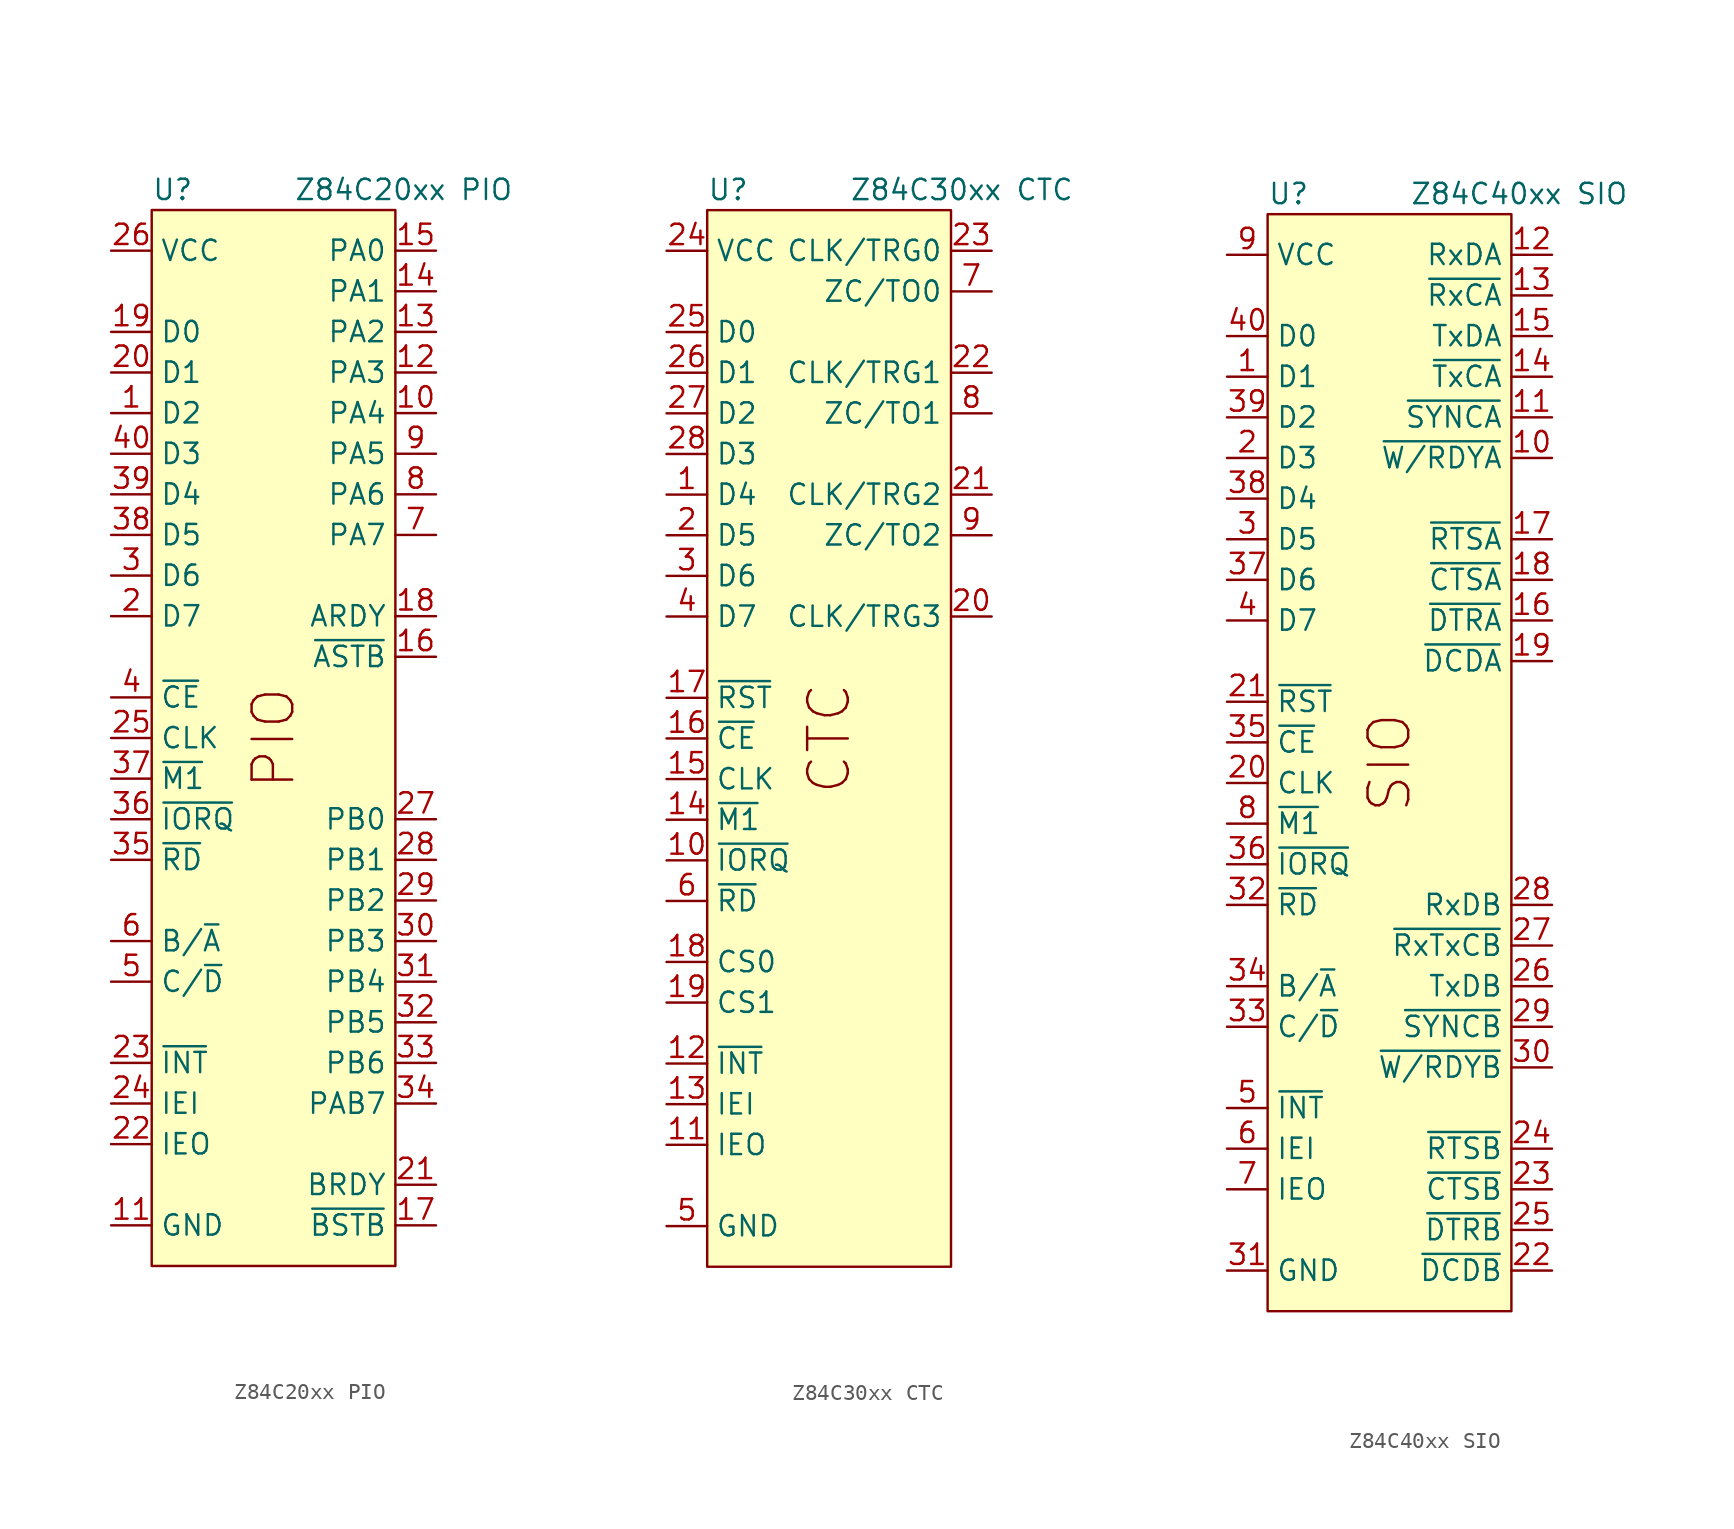
<source format=kicad_sym>
(kicad_symbol_lib
  (version 20211014)
  (generator kicad_symbol_editor)
  (symbol "Z84C20xx PIO"
    (property "Reference" "U"
      (at -7.62 1.27 0)
      (effects (font (size 1.27 1.27)) (justify left)))
    (property "Value" "Z84C20xx PIO"
      (at 1.27 1.27 0)
      (effects (font (size 1.27 1.27)) (justify left)))
    (symbol "Z84C20xx PIO_0_0"
      (text "PIO" (at 0 -33.02 900) (effects (font (size 2.54 2.54)))))
    (symbol "Z84C20xx PIO_0_1"
      (rectangle (start -7.62 0) (end 7.62 -66.04) (stroke (width 0.152) (type default) (color 0 0 0 0)) (fill (type background))))
    (symbol "Z84C20xx PIO_1_1"
      (pin bidirectional line (at -10.16 -12.7 0) (length 2.54) (name "D2" (effects (font (size 1.27 1.27)))) (number "1" (effects (font (size 1.27 1.27)))))
      (pin bidirectional line (at 10.16 -12.7 180) (length 2.54) (name "PA4" (effects (font (size 1.27 1.27)))) (number "10" (effects (font (size 1.27 1.27)))))
      (pin power_in line (at -10.16 -63.5 0) (length 2.54) (name "GND" (effects (font (size 1.27 1.27)))) (number "11" (effects (font (size 1.27 1.27)))))
      (pin bidirectional line (at 10.16 -10.16 180) (length 2.54) (name "PA3" (effects (font (size 1.27 1.27)))) (number "12" (effects (font (size 1.27 1.27)))))
      (pin bidirectional line (at 10.16 -7.62 180) (length 2.54) (name "PA2" (effects (font (size 1.27 1.27)))) (number "13" (effects (font (size 1.27 1.27)))))
      (pin bidirectional line (at 10.16 -5.08 180) (length 2.54) (name "PA1" (effects (font (size 1.27 1.27)))) (number "14" (effects (font (size 1.27 1.27)))))
      (pin bidirectional line (at 10.16 -2.54 180) (length 2.54) (name "PA0" (effects (font (size 1.27 1.27)))) (number "15" (effects (font (size 1.27 1.27)))))
      (pin input line (at 10.16 -27.94 180) (length 2.54) (name "~{ASTB}" (effects (font (size 1.27 1.27)))) (number "16" (effects (font (size 1.27 1.27)))))
      (pin input line (at 10.16 -63.5 180) (length 2.54) (name "~{BSTB}" (effects (font (size 1.27 1.27)))) (number "17" (effects (font (size 1.27 1.27)))))
      (pin output line (at 10.16 -25.4 180) (length 2.54) (name "ARDY" (effects (font (size 1.27 1.27)))) (number "18" (effects (font (size 1.27 1.27)))))
      (pin bidirectional line (at -10.16 -7.62 0) (length 2.54) (name "D0" (effects (font (size 1.27 1.27)))) (number "19" (effects (font (size 1.27 1.27)))))
      (pin bidirectional line (at -10.16 -25.4 0) (length 2.54) (name "D7" (effects (font (size 1.27 1.27)))) (number "2" (effects (font (size 1.27 1.27)))))
      (pin bidirectional line (at -10.16 -10.16 0) (length 2.54) (name "D1" (effects (font (size 1.27 1.27)))) (number "20" (effects (font (size 1.27 1.27)))))
      (pin output line (at 10.16 -60.96 180) (length 2.54) (name "BRDY" (effects (font (size 1.27 1.27)))) (number "21" (effects (font (size 1.27 1.27)))))
      (pin output line (at -10.16 -58.42 0) (length 2.54) (name "IEO" (effects (font (size 1.27 1.27)))) (number "22" (effects (font (size 1.27 1.27)))))
      (pin open_collector line (at -10.16 -53.34 0) (length 2.54) (name "~{INT}" (effects (font (size 1.27 1.27)))) (number "23" (effects (font (size 1.27 1.27)))))
      (pin input line (at -10.16 -55.88 0) (length 2.54) (name "IEI" (effects (font (size 1.27 1.27)))) (number "24" (effects (font (size 1.27 1.27)))))
      (pin input line (at -10.16 -33.02 0) (length 2.54) (name "CLK" (effects (font (size 1.27 1.27)))) (number "25" (effects (font (size 1.27 1.27)))))
      (pin power_in line (at -10.16 -2.54 0) (length 2.54) (name "VCC" (effects (font (size 1.27 1.27)))) (number "26" (effects (font (size 1.27 1.27)))))
      (pin bidirectional line (at 10.16 -38.1 180) (length 2.54) (name "PB0" (effects (font (size 1.27 1.27)))) (number "27" (effects (font (size 1.27 1.27)))))
      (pin bidirectional line (at 10.16 -40.64 180) (length 2.54) (name "PB1" (effects (font (size 1.27 1.27)))) (number "28" (effects (font (size 1.27 1.27)))))
      (pin bidirectional line (at 10.16 -43.18 180) (length 2.54) (name "PB2" (effects (font (size 1.27 1.27)))) (number "29" (effects (font (size 1.27 1.27)))))
      (pin bidirectional line (at -10.16 -22.86 0) (length 2.54) (name "D6" (effects (font (size 1.27 1.27)))) (number "3" (effects (font (size 1.27 1.27)))))
      (pin bidirectional line (at 10.16 -45.72 180) (length 2.54) (name "PB3" (effects (font (size 1.27 1.27)))) (number "30" (effects (font (size 1.27 1.27)))))
      (pin bidirectional line (at 10.16 -48.26 180) (length 2.54) (name "PB4" (effects (font (size 1.27 1.27)))) (number "31" (effects (font (size 1.27 1.27)))))
      (pin bidirectional line (at 10.16 -50.8 180) (length 2.54) (name "PB5" (effects (font (size 1.27 1.27)))) (number "32" (effects (font (size 1.27 1.27)))))
      (pin bidirectional line (at 10.16 -53.34 180) (length 2.54) (name "PB6" (effects (font (size 1.27 1.27)))) (number "33" (effects (font (size 1.27 1.27)))))
      (pin bidirectional line (at 10.16 -55.88 180) (length 2.54) (name "PAB7" (effects (font (size 1.27 1.27)))) (number "34" (effects (font (size 1.27 1.27)))))
      (pin input line (at -10.16 -40.64 0) (length 2.54) (name "~{RD}" (effects (font (size 1.27 1.27)))) (number "35" (effects (font (size 1.27 1.27)))))
      (pin input line (at -10.16 -38.1 0) (length 2.54) (name "~{IORQ}" (effects (font (size 1.27 1.27)))) (number "36" (effects (font (size 1.27 1.27)))))
      (pin input line (at -10.16 -35.56 0) (length 2.54) (name "~{M1}" (effects (font (size 1.27 1.27)))) (number "37" (effects (font (size 1.27 1.27)))))
      (pin bidirectional line (at -10.16 -20.32 0) (length 2.54) (name "D5" (effects (font (size 1.27 1.27)))) (number "38" (effects (font (size 1.27 1.27)))))
      (pin bidirectional line (at -10.16 -17.78 0) (length 2.54) (name "D4" (effects (font (size 1.27 1.27)))) (number "39" (effects (font (size 1.27 1.27)))))
      (pin input line (at -10.16 -30.48 0) (length 2.54) (name "~{CE}" (effects (font (size 1.27 1.27)))) (number "4" (effects (font (size 1.27 1.27)))))
      (pin bidirectional line (at -10.16 -15.24 0) (length 2.54) (name "D3" (effects (font (size 1.27 1.27)))) (number "40" (effects (font (size 1.27 1.27)))))
      (pin input line (at -10.16 -48.26 0) (length 2.54) (name "C/~{D}" (effects (font (size 1.27 1.27)))) (number "5" (effects (font (size 1.27 1.27)))))
      (pin input line (at -10.16 -45.72 0) (length 2.54) (name "B/~{A}" (effects (font (size 1.27 1.27)))) (number "6" (effects (font (size 1.27 1.27)))))
      (pin bidirectional line (at 10.16 -20.32 180) (length 2.54) (name "PA7" (effects (font (size 1.27 1.27)))) (number "7" (effects (font (size 1.27 1.27)))))
      (pin bidirectional line (at 10.16 -17.78 180) (length 2.54) (name "PA6" (effects (font (size 1.27 1.27)))) (number "8" (effects (font (size 1.27 1.27)))))
      (pin bidirectional line (at 10.16 -15.24 180) (length 2.54) (name "PA5" (effects (font (size 1.27 1.27)))) (number "9" (effects (font (size 1.27 1.27)))))))
  (symbol "Z84C30xx CTC"
    (property "Reference" "U"
      (at -7.62 1.27 0)
      (effects (font (size 1.27 1.27)) (justify left)))
    (property "Value" "Z84C30xx CTC"
      (at 1.27 1.27 0)
      (effects (font (size 1.27 1.27)) (justify left)))
    (symbol "Z84C30xx CTC_0_0"
      (text "CTC" (at 0 -33.02 900) (effects (font (size 2.54 2.54)))))
    (symbol "Z84C30xx CTC_0_1"
      (rectangle (start -7.62 0) (end 7.62 -66.04) (stroke (width 0.152) (type default) (color 0 0 0 0)) (fill (type background))))
    (symbol "Z84C30xx CTC_1_1"
      (pin bidirectional line (at -10.16 -17.78 0) (length 2.54) (name "D4" (effects (font (size 1.27 1.27)))) (number "1" (effects (font (size 1.27 1.27)))))
      (pin input line (at -10.16 -40.64 0) (length 2.54) (name "~{IORQ}" (effects (font (size 1.27 1.27)))) (number "10" (effects (font (size 1.27 1.27)))))
      (pin output line (at -10.16 -58.42 0) (length 2.54) (name "IEO" (effects (font (size 1.27 1.27)))) (number "11" (effects (font (size 1.27 1.27)))))
      (pin open_collector line (at -10.16 -53.34 0) (length 2.54) (name "~{INT}" (effects (font (size 1.27 1.27)))) (number "12" (effects (font (size 1.27 1.27)))))
      (pin input line (at -10.16 -55.88 0) (length 2.54) (name "IEI" (effects (font (size 1.27 1.27)))) (number "13" (effects (font (size 1.27 1.27)))))
      (pin input line (at -10.16 -38.1 0) (length 2.54) (name "~{M1}" (effects (font (size 1.27 1.27)))) (number "14" (effects (font (size 1.27 1.27)))))
      (pin input line (at -10.16 -35.56 0) (length 2.54) (name "CLK" (effects (font (size 1.27 1.27)))) (number "15" (effects (font (size 1.27 1.27)))))
      (pin input line (at -10.16 -33.02 0) (length 2.54) (name "~{CE}" (effects (font (size 1.27 1.27)))) (number "16" (effects (font (size 1.27 1.27)))))
      (pin input line (at -10.16 -30.48 0) (length 2.54) (name "~{RST}" (effects (font (size 1.27 1.27)))) (number "17" (effects (font (size 1.27 1.27)))))
      (pin input line (at -10.16 -46.99 0) (length 2.54) (name "CS0" (effects (font (size 1.27 1.27)))) (number "18" (effects (font (size 1.27 1.27)))))
      (pin input line (at -10.16 -49.53 0) (length 2.54) (name "CS1" (effects (font (size 1.27 1.27)))) (number "19" (effects (font (size 1.27 1.27)))))
      (pin bidirectional line (at -10.16 -20.32 0) (length 2.54) (name "D5" (effects (font (size 1.27 1.27)))) (number "2" (effects (font (size 1.27 1.27)))))
      (pin input line (at 10.16 -25.4 180) (length 2.54) (name "CLK/TRG3" (effects (font (size 1.27 1.27)))) (number "20" (effects (font (size 1.27 1.27)))))
      (pin input line (at 10.16 -17.78 180) (length 2.54) (name "CLK/TRG2" (effects (font (size 1.27 1.27)))) (number "21" (effects (font (size 1.27 1.27)))))
      (pin input line (at 10.16 -10.16 180) (length 2.54) (name "CLK/TRG1" (effects (font (size 1.27 1.27)))) (number "22" (effects (font (size 1.27 1.27)))))
      (pin input line (at 10.16 -2.54 180) (length 2.54) (name "CLK/TRG0" (effects (font (size 1.27 1.27)))) (number "23" (effects (font (size 1.27 1.27)))))
      (pin power_in line (at -10.16 -2.54 0) (length 2.54) (name "VCC" (effects (font (size 1.27 1.27)))) (number "24" (effects (font (size 1.27 1.27)))))
      (pin bidirectional line (at -10.16 -7.62 0) (length 2.54) (name "D0" (effects (font (size 1.27 1.27)))) (number "25" (effects (font (size 1.27 1.27)))))
      (pin bidirectional line (at -10.16 -10.16 0) (length 2.54) (name "D1" (effects (font (size 1.27 1.27)))) (number "26" (effects (font (size 1.27 1.27)))))
      (pin bidirectional line (at -10.16 -12.7 0) (length 2.54) (name "D2" (effects (font (size 1.27 1.27)))) (number "27" (effects (font (size 1.27 1.27)))))
      (pin bidirectional line (at -10.16 -15.24 0) (length 2.54) (name "D3" (effects (font (size 1.27 1.27)))) (number "28" (effects (font (size 1.27 1.27)))))
      (pin bidirectional line (at -10.16 -22.86 0) (length 2.54) (name "D6" (effects (font (size 1.27 1.27)))) (number "3" (effects (font (size 1.27 1.27)))))
      (pin bidirectional line (at -10.16 -25.4 0) (length 2.54) (name "D7" (effects (font (size 1.27 1.27)))) (number "4" (effects (font (size 1.27 1.27)))))
      (pin power_in line (at -10.16 -63.5 0) (length 2.54) (name "GND" (effects (font (size 1.27 1.27)))) (number "5" (effects (font (size 1.27 1.27)))))
      (pin input line (at -10.16 -43.18 0) (length 2.54) (name "~{RD}" (effects (font (size 1.27 1.27)))) (number "6" (effects (font (size 1.27 1.27)))))
      (pin output line (at 10.16 -5.08 180) (length 2.54) (name "ZC/TO0" (effects (font (size 1.27 1.27)))) (number "7" (effects (font (size 1.27 1.27)))))
      (pin output line (at 10.16 -12.7 180) (length 2.54) (name "ZC/TO1" (effects (font (size 1.27 1.27)))) (number "8" (effects (font (size 1.27 1.27)))))
      (pin output line (at 10.16 -20.32 180) (length 2.54) (name "ZC/TO2" (effects (font (size 1.27 1.27)))) (number "9" (effects (font (size 1.27 1.27)))))))
  (symbol "Z84C40xx SIO"
    (property "Reference" "U"
      (at -7.62 1.27 0)
      (effects (font (size 1.27 1.27)) (justify left)))
    (property "Value" "Z84C40xx SIO"
      (at 1.27 1.27 0)
      (effects (font (size 1.27 1.27)) (justify left)))
    (symbol "Z84C40xx SIO_0_0"
      (text "SIO" (at 0 -34.29 900) (effects (font (size 2.54 2.54)))))
    (symbol "Z84C40xx SIO_0_1"
      (rectangle (start -7.62 0) (end 7.62 -68.58) (stroke (width 0.152) (type default) (color 0 0 0 0)) (fill (type background))))
    (symbol "Z84C40xx SIO_1_1"
      (pin bidirectional line (at -10.16 -10.16 0) (length 2.54) (name "D1" (effects (font (size 1.27 1.27)))) (number "1" (effects (font (size 1.27 1.27)))))
      (pin output line (at 10.16 -15.24 180) (length 2.54) (name "~{W/RDYA}" (effects (font (size 1.27 1.27)))) (number "10" (effects (font (size 1.27 1.27)))))
      (pin bidirectional line (at 10.16 -12.7 180) (length 2.54) (name "~{SYNCA}" (effects (font (size 1.27 1.27)))) (number "11" (effects (font (size 1.27 1.27)))))
      (pin input line (at 10.16 -2.54 180) (length 2.54) (name "RxDA" (effects (font (size 1.27 1.27)))) (number "12" (effects (font (size 1.27 1.27)))))
      (pin input line (at 10.16 -5.08 180) (length 2.54) (name "~{RxCA}" (effects (font (size 1.27 1.27)))) (number "13" (effects (font (size 1.27 1.27)))))
      (pin input line (at 10.16 -10.16 180) (length 2.54) (name "~{TxCA}" (effects (font (size 1.27 1.27)))) (number "14" (effects (font (size 1.27 1.27)))))
      (pin output line (at 10.16 -7.62 180) (length 2.54) (name "TxDA" (effects (font (size 1.27 1.27)))) (number "15" (effects (font (size 1.27 1.27)))))
      (pin output line (at 10.16 -25.4 180) (length 2.54) (name "~{DTRA}" (effects (font (size 1.27 1.27)))) (number "16" (effects (font (size 1.27 1.27)))))
      (pin output line (at 10.16 -20.32 180) (length 2.54) (name "~{RTSA}" (effects (font (size 1.27 1.27)))) (number "17" (effects (font (size 1.27 1.27)))))
      (pin input line (at 10.16 -22.86 180) (length 2.54) (name "~{CTSA}" (effects (font (size 1.27 1.27)))) (number "18" (effects (font (size 1.27 1.27)))))
      (pin input line (at 10.16 -27.94 180) (length 2.54) (name "~{DCDA}" (effects (font (size 1.27 1.27)))) (number "19" (effects (font (size 1.27 1.27)))))
      (pin bidirectional line (at -10.16 -15.24 0) (length 2.54) (name "D3" (effects (font (size 1.27 1.27)))) (number "2" (effects (font (size 1.27 1.27)))))
      (pin input line (at -10.16 -35.56 0) (length 2.54) (name "CLK" (effects (font (size 1.27 1.27)))) (number "20" (effects (font (size 1.27 1.27)))))
      (pin input line (at -10.16 -30.48 0) (length 2.54) (name "~{RST}" (effects (font (size 1.27 1.27)))) (number "21" (effects (font (size 1.27 1.27)))))
      (pin input line (at 10.16 -66.04 180) (length 2.54) (name "~{DCDB}" (effects (font (size 1.27 1.27)))) (number "22" (effects (font (size 1.27 1.27)))))
      (pin input line (at 10.16 -60.96 180) (length 2.54) (name "~{CTSB}" (effects (font (size 1.27 1.27)))) (number "23" (effects (font (size 1.27 1.27)))))
      (pin output line (at 10.16 -58.42 180) (length 2.54) (name "~{RTSB}" (effects (font (size 1.27 1.27)))) (number "24" (effects (font (size 1.27 1.27)))))
      (pin output line (at 10.16 -63.5 180) (length 2.54) (name "~{DTRB}" (effects (font (size 1.27 1.27)))) (number "25" (effects (font (size 1.27 1.27)))))
      (pin output line (at 10.16 -48.26 180) (length 2.54) (name "TxDB" (effects (font (size 1.27 1.27)))) (number "26" (effects (font (size 1.27 1.27)))))
      (pin input line (at 10.16 -45.72 180) (length 2.54) (name "~{RxTxCB}" (effects (font (size 1.27 1.27)))) (number "27" (effects (font (size 1.27 1.27)))))
      (pin input line (at 10.16 -43.18 180) (length 2.54) (name "RxDB" (effects (font (size 1.27 1.27)))) (number "28" (effects (font (size 1.27 1.27)))))
      (pin bidirectional line (at 10.16 -50.8 180) (length 2.54) (name "~{SYNCB}" (effects (font (size 1.27 1.27)))) (number "29" (effects (font (size 1.27 1.27)))))
      (pin bidirectional line (at -10.16 -20.32 0) (length 2.54) (name "D5" (effects (font (size 1.27 1.27)))) (number "3" (effects (font (size 1.27 1.27)))))
      (pin output line (at 10.16 -53.34 180) (length 2.54) (name "~{W/RDYB}" (effects (font (size 1.27 1.27)))) (number "30" (effects (font (size 1.27 1.27)))))
      (pin power_in line (at -10.16 -66.04 0) (length 2.54) (name "GND" (effects (font (size 1.27 1.27)))) (number "31" (effects (font (size 1.27 1.27)))))
      (pin input line (at -10.16 -43.18 0) (length 2.54) (name "~{RD}" (effects (font (size 1.27 1.27)))) (number "32" (effects (font (size 1.27 1.27)))))
      (pin input line (at -10.16 -50.8 0) (length 2.54) (name "C/~{D}" (effects (font (size 1.27 1.27)))) (number "33" (effects (font (size 1.27 1.27)))))
      (pin input line (at -10.16 -48.26 0) (length 2.54) (name "B/~{A}" (effects (font (size 1.27 1.27)))) (number "34" (effects (font (size 1.27 1.27)))))
      (pin input line (at -10.16 -33.02 0) (length 2.54) (name "~{CE}" (effects (font (size 1.27 1.27)))) (number "35" (effects (font (size 1.27 1.27)))))
      (pin input line (at -10.16 -40.64 0) (length 2.54) (name "~{IORQ}" (effects (font (size 1.27 1.27)))) (number "36" (effects (font (size 1.27 1.27)))))
      (pin bidirectional line (at -10.16 -22.86 0) (length 2.54) (name "D6" (effects (font (size 1.27 1.27)))) (number "37" (effects (font (size 1.27 1.27)))))
      (pin bidirectional line (at -10.16 -17.78 0) (length 2.54) (name "D4" (effects (font (size 1.27 1.27)))) (number "38" (effects (font (size 1.27 1.27)))))
      (pin bidirectional line (at -10.16 -12.7 0) (length 2.54) (name "D2" (effects (font (size 1.27 1.27)))) (number "39" (effects (font (size 1.27 1.27)))))
      (pin bidirectional line (at -10.16 -25.4 0) (length 2.54) (name "D7" (effects (font (size 1.27 1.27)))) (number "4" (effects (font (size 1.27 1.27)))))
      (pin bidirectional line (at -10.16 -7.62 0) (length 2.54) (name "D0" (effects (font (size 1.27 1.27)))) (number "40" (effects (font (size 1.27 1.27)))))
      (pin open_collector line (at -10.16 -55.88 0) (length 2.54) (name "~{INT}" (effects (font (size 1.27 1.27)))) (number "5" (effects (font (size 1.27 1.27)))))
      (pin input line (at -10.16 -58.42 0) (length 2.54) (name "IEI" (effects (font (size 1.27 1.27)))) (number "6" (effects (font (size 1.27 1.27)))))
      (pin output line (at -10.16 -60.96 0) (length 2.54) (name "IEO" (effects (font (size 1.27 1.27)))) (number "7" (effects (font (size 1.27 1.27)))))
      (pin input line (at -10.16 -38.1 0) (length 2.54) (name "~{M1}" (effects (font (size 1.27 1.27)))) (number "8" (effects (font (size 1.27 1.27)))))
      (pin power_in line (at -10.16 -2.54 0) (length 2.54) (name "VCC" (effects (font (size 1.27 1.27)))) (number "9" (effects (font (size 1.27 1.27))))))))
</source>
